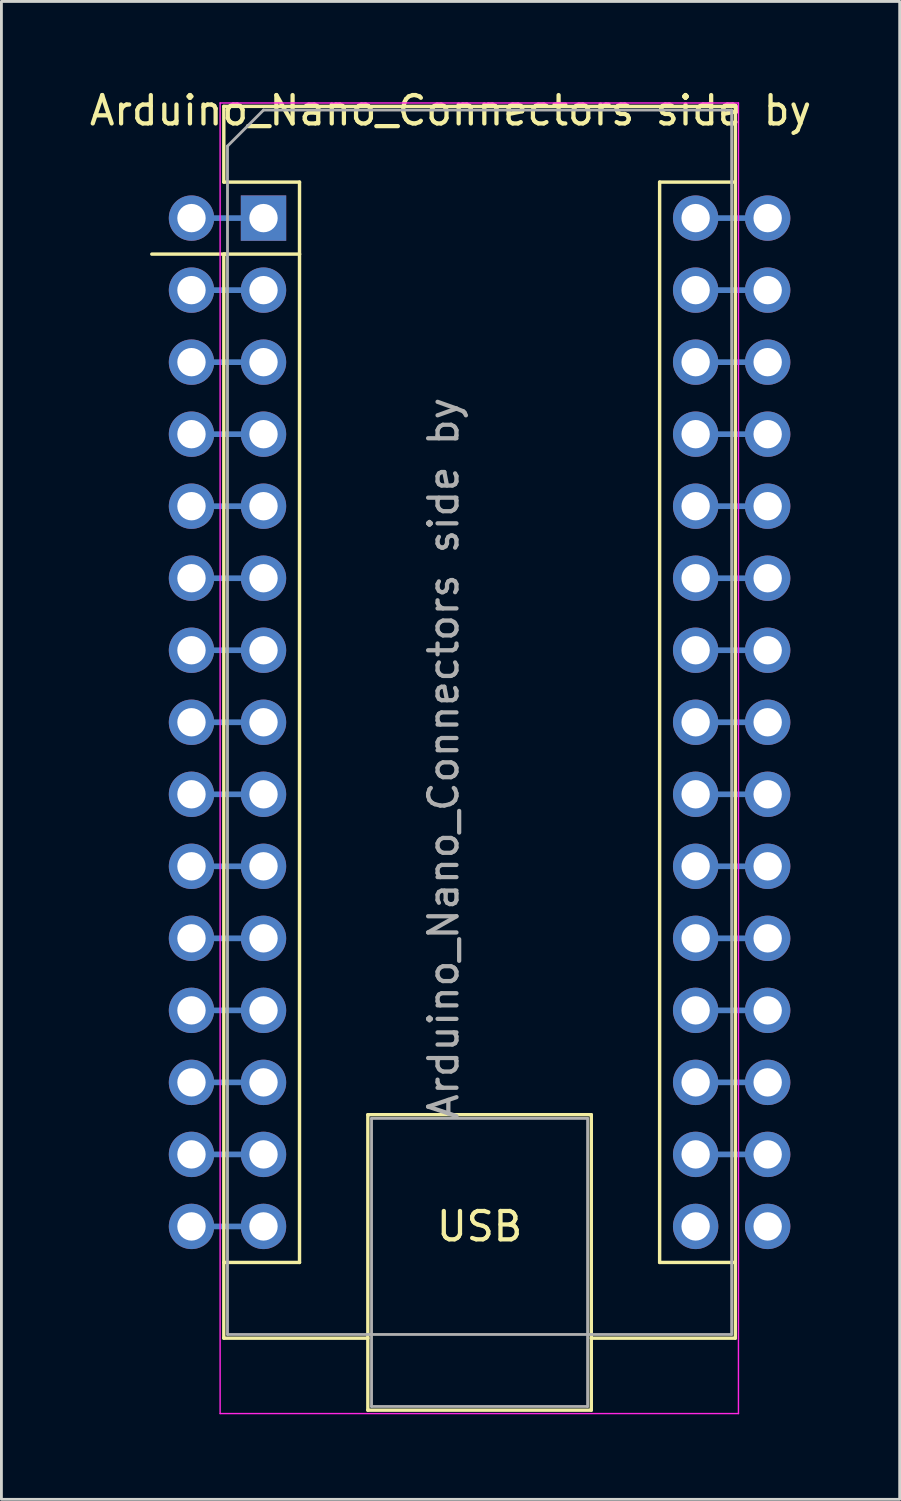
<source format=kicad_pcb>
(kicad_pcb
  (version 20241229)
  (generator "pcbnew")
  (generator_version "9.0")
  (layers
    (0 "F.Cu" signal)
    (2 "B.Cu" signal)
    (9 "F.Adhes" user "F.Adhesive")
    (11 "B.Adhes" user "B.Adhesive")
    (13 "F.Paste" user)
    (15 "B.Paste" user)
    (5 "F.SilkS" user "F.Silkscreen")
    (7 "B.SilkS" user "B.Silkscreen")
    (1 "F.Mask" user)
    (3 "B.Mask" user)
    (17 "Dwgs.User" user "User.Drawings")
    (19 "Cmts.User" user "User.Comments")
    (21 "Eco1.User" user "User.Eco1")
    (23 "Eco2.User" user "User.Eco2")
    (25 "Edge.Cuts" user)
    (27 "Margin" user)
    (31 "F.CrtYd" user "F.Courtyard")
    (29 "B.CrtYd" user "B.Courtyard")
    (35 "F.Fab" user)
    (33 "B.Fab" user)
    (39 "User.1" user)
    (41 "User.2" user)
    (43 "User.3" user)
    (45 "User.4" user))
  (footprint "Arduino_Nano_Connectors side by"
    (layer "F.Cu")
    (at 6.243 4.642)
    (property "Reference" "Arduino_Nano_Connectors side by" (at 6.597 -3.794 180) (layer "F.SilkS") (effects (font (size 1 1) (thickness 0.15))))
    (attr through_hole)
    (fp_line (start -2.54 10.16) (end 0 10.16) (stroke (width 0.2) (type default)) (layer "B.Cu"))
    (fp_line (start -2.54 15.24) (end 0 15.24) (stroke (width 0.2) (type default)) (layer "B.Cu"))
    (fp_line (start -2.54 20.32) (end 0 20.32) (stroke (width 0.2) (type default)) (layer "B.Cu"))
    (fp_line (start -2.54 25.4) (end 0 25.4) (stroke (width 0.2) (type default)) (layer "B.Cu"))
    (fp_line (start -2.54 30.48) (end 0 30.48) (stroke (width 0.2) (type default)) (layer "B.Cu"))
    (fp_line (start 0 0) (end -2.54 0) (stroke (width 0.2) (type default)) (layer "B.Cu"))
    (fp_line (start 0 2.54) (end -2.54 2.54) (stroke (width 0.2) (type default)) (layer "B.Cu"))
    (fp_line (start 0 5.08) (end -2.54 5.08) (stroke (width 0.2) (type default)) (layer "B.Cu"))
    (fp_line (start 0 7.62) (end -2.54 7.62) (stroke (width 0.2) (type default)) (layer "B.Cu"))
    (fp_line (start 0 12.7) (end -2.54 12.7) (stroke (width 0.2) (type default)) (layer "B.Cu"))
    (fp_line (start 0 17.78) (end -2.54 17.78) (stroke (width 0.2) (type default)) (layer "B.Cu"))
    (fp_line (start 0 22.86) (end -2.54 22.86) (stroke (width 0.2) (type default)) (layer "B.Cu"))
    (fp_line (start 0 27.94) (end -2.54 27.94) (stroke (width 0.2) (type default)) (layer "B.Cu"))
    (fp_line (start 0 33.02) (end -2.54 33.02) (stroke (width 0.2) (type default)) (layer "B.Cu"))
    (fp_line (start 0 35.56) (end -2.54 35.56) (stroke (width 0.2) (type default)) (layer "B.Cu"))
    (fp_line (start 15.24 0) (end 17.78 0) (stroke (width 0.2) (type default)) (layer "B.Cu"))
    (fp_line (start 15.24 2.54) (end 17.78 2.54) (stroke (width 0.2) (type default)) (layer "B.Cu"))
    (fp_line (start 15.24 5.08) (end 17.78 5.08) (stroke (width 0.2) (type default)) (layer "B.Cu"))
    (fp_line (start 15.24 7.62) (end 17.78 7.62) (stroke (width 0.2) (type default)) (layer "B.Cu"))
    (fp_line (start 15.24 10.16) (end 17.78 10.16) (stroke (width 0.2) (type default)) (layer "B.Cu"))
    (fp_line (start 15.24 12.7) (end 17.78 12.7) (stroke (width 0.2) (type default)) (layer "B.Cu"))
    (fp_line (start 15.24 15.24) (end 17.78 15.24) (stroke (width 0.2) (type default)) (layer "B.Cu"))
    (fp_line (start 15.24 17.78) (end 17.78 17.78) (stroke (width 0.2) (type default)) (layer "B.Cu"))
    (fp_line (start 15.24 20.32) (end 17.78 20.32) (stroke (width 0.2) (type default)) (layer "B.Cu"))
    (fp_line (start 15.24 22.86) (end 17.78 22.86) (stroke (width 0.2) (type default)) (layer "B.Cu"))
    (fp_line (start 15.24 25.4) (end 17.78 25.4) (stroke (width 0.2) (type default)) (layer "B.Cu"))
    (fp_line (start 15.24 27.94) (end 17.78 27.94) (stroke (width 0.2) (type default)) (layer "B.Cu"))
    (fp_line (start 15.24 30.48) (end 17.78 30.48) (stroke (width 0.2) (type default)) (layer "B.Cu"))
    (fp_line (start 15.24 33.02) (end 17.78 33.02) (stroke (width 0.2) (type default)) (layer "B.Cu"))
    (fp_line (start -1.4 -3.94) (end -1.4 -1.27) (stroke (width 0.12) (type solid)) (layer "F.SilkS"))
    (fp_line (start -1.4 1.27) (end -1.4 39.5) (stroke (width 0.12) (type solid)) (layer "F.SilkS"))
    (fp_line (start -1.4 39.5) (end 3.68 39.5) (stroke (width 0.12) (type solid)) (layer "F.SilkS"))
    (fp_line (start -1.27 1.27) (end -3.94 1.27) (stroke (width 0.12) (type solid)) (layer "F.SilkS"))
    (fp_line (start 1.27 -1.27) (end -1.4 -1.27) (stroke (width 0.12) (type solid)) (layer "F.SilkS"))
    (fp_line (start 1.27 1.27) (end -1.4 1.27) (stroke (width 0.12) (type solid)) (layer "F.SilkS"))
    (fp_line (start 1.27 1.27) (end 1.27 -1.27) (stroke (width 0.12) (type solid)) (layer "F.SilkS"))
    (fp_line (start 1.27 1.27) (end 1.27 36.83) (stroke (width 0.12) (type solid)) (layer "F.SilkS"))
    (fp_line (start 1.27 36.83) (end -1.4 36.83) (stroke (width 0.12) (type solid)) (layer "F.SilkS"))
    (fp_line (start 3.68 31.62) (end 11.56 31.62) (stroke (width 0.12) (type solid)) (layer "F.SilkS"))
    (fp_line (start 3.68 42.04) (end 3.68 31.62) (stroke (width 0.12) (type solid)) (layer "F.SilkS"))
    (fp_line (start 11.56 31.62) (end 11.56 42.04) (stroke (width 0.12) (type solid)) (layer "F.SilkS"))
    (fp_line (start 11.56 42.04) (end 3.68 42.04) (stroke (width 0.12) (type solid)) (layer "F.SilkS"))
    (fp_line (start 13.97 -1.27) (end 13.97 36.83) (stroke (width 0.12) (type solid)) (layer "F.SilkS"))
    (fp_line (start 13.97 -1.27) (end 16.64 -1.27) (stroke (width 0.12) (type solid)) (layer "F.SilkS"))
    (fp_line (start 13.97 36.83) (end 16.64 36.83) (stroke (width 0.12) (type solid)) (layer "F.SilkS"))
    (fp_line (start 16.64 -3.94) (end -1.4 -3.94) (stroke (width 0.12) (type solid)) (layer "F.SilkS"))
    (fp_line (start 16.64 39.5) (end 11.56 39.5) (stroke (width 0.12) (type solid)) (layer "F.SilkS"))
    (fp_line (start 16.64 39.5) (end 16.64 -3.94) (stroke (width 0.12) (type solid)) (layer "F.SilkS"))
    (fp_line (start -1.53 -4.06) (end -1.53 42.16) (stroke (width 0.05) (type solid)) (layer "F.CrtYd"))
    (fp_line (start -1.53 -4.06) (end 16.75 -4.06) (stroke (width 0.05) (type solid)) (layer "F.CrtYd"))
    (fp_line (start 16.75 42.16) (end -1.53 42.16) (stroke (width 0.05) (type solid)) (layer "F.CrtYd"))
    (fp_line (start 16.75 42.16) (end 16.75 -4.06) (stroke (width 0.05) (type solid)) (layer "F.CrtYd"))
    (fp_line (start -1.27 -2.54) (end 0 -3.81) (stroke (width 0.1) (type solid)) (layer "F.Fab"))
    (fp_line (start -1.27 39.37) (end -1.27 -2.54) (stroke (width 0.1) (type solid)) (layer "F.Fab"))
    (fp_line (start 0 -3.81) (end 16.51 -3.81) (stroke (width 0.1) (type solid)) (layer "F.Fab"))
    (fp_line (start 3.81 31.75) (end 11.43 31.75) (stroke (width 0.1) (type solid)) (layer "F.Fab"))
    (fp_line (start 3.81 41.91) (end 3.81 31.75) (stroke (width 0.1) (type solid)) (layer "F.Fab"))
    (fp_line (start 11.43 31.75) (end 11.43 41.91) (stroke (width 0.1) (type solid)) (layer "F.Fab"))
    (fp_line (start 11.43 41.91) (end 3.81 41.91) (stroke (width 0.1) (type solid)) (layer "F.Fab"))
    (fp_line (start 16.51 -3.81) (end 16.51 39.37) (stroke (width 0.1) (type solid)) (layer "F.Fab"))
    (fp_line (start 16.51 39.37) (end -1.27 39.37) (stroke (width 0.1) (type solid)) (layer "F.Fab"))
    (fp_text user "USB" (at 7.62 35.56 0) (unlocked yes) (layer "F.SilkS") (effects (font (size 1 1) (thickness 0.15))))
    (fp_text user "${REFERENCE}" (at 6.35 19.05 270) (layer "F.Fab") (effects (font (size 1 1) (thickness 0.15))))
    (pad "1" thru_hole circle (at -2.54 0) (size 1.6 1.6) (drill 1) (layers "*.Cu" "*.Mask"))
    (pad "1" thru_hole rect (at 0 0) (size 1.6 1.6) (drill 1) (layers "*.Cu" "*.Mask"))
    (pad "2" thru_hole oval (at -2.54 2.54) (size 1.6 1.6) (drill 1) (layers "*.Cu" "*.Mask"))
    (pad "2" thru_hole oval (at 0 2.54) (size 1.6 1.6) (drill 1) (layers "*.Cu" "*.Mask"))
    (pad "3" thru_hole oval (at -2.54 5.08) (size 1.6 1.6) (drill 1) (layers "*.Cu" "*.Mask"))
    (pad "3" thru_hole oval (at 0 5.08) (size 1.6 1.6) (drill 1) (layers "*.Cu" "*.Mask"))
    (pad "4" thru_hole oval (at -2.54 7.62) (size 1.6 1.6) (drill 1) (layers "*.Cu" "*.Mask"))
    (pad "4" thru_hole oval (at 0 7.62) (size 1.6 1.6) (drill 1) (layers "*.Cu" "*.Mask"))
    (pad "5" thru_hole oval (at -2.54 10.16) (size 1.6 1.6) (drill 1) (layers "*.Cu" "*.Mask"))
    (pad "5" thru_hole oval (at 0 10.16) (size 1.6 1.6) (drill 1) (layers "*.Cu" "*.Mask"))
    (pad "6" thru_hole oval (at -2.54 12.7) (size 1.6 1.6) (drill 1) (layers "*.Cu" "*.Mask"))
    (pad "6" thru_hole oval (at 0 12.7) (size 1.6 1.6) (drill 1) (layers "*.Cu" "*.Mask"))
    (pad "7" thru_hole oval (at -2.54 15.24) (size 1.6 1.6) (drill 1) (layers "*.Cu" "*.Mask"))
    (pad "7" thru_hole oval (at 0 15.24) (size 1.6 1.6) (drill 1) (layers "*.Cu" "*.Mask"))
    (pad "8" thru_hole oval (at -2.54 17.78) (size 1.6 1.6) (drill 1) (layers "*.Cu" "*.Mask"))
    (pad "8" thru_hole oval (at 0 17.78) (size 1.6 1.6) (drill 1) (layers "*.Cu" "*.Mask"))
    (pad "9" thru_hole oval (at -2.54 20.32) (size 1.6 1.6) (drill 1) (layers "*.Cu" "*.Mask"))
    (pad "9" thru_hole oval (at 0 20.32) (size 1.6 1.6) (drill 1) (layers "*.Cu" "*.Mask"))
    (pad "10" thru_hole oval (at -2.54 22.86) (size 1.6 1.6) (drill 1) (layers "*.Cu" "*.Mask"))
    (pad "10" thru_hole oval (at 0 22.86) (size 1.6 1.6) (drill 1) (layers "*.Cu" "*.Mask"))
    (pad "11" thru_hole oval (at -2.54 25.4) (size 1.6 1.6) (drill 1) (layers "*.Cu" "*.Mask"))
    (pad "11" thru_hole oval (at 0 25.4) (size 1.6 1.6) (drill 1) (layers "*.Cu" "*.Mask"))
    (pad "12" thru_hole oval (at -2.54 27.94) (size 1.6 1.6) (drill 1) (layers "*.Cu" "*.Mask"))
    (pad "12" thru_hole oval (at 0 27.94) (size 1.6 1.6) (drill 1) (layers "*.Cu" "*.Mask"))
    (pad "13" thru_hole oval (at -2.54 30.48) (size 1.6 1.6) (drill 1) (layers "*.Cu" "*.Mask"))
    (pad "13" thru_hole oval (at 0 30.48) (size 1.6 1.6) (drill 1) (layers "*.Cu" "*.Mask"))
    (pad "14" thru_hole oval (at -2.54 33.02) (size 1.6 1.6) (drill 1) (layers "*.Cu" "*.Mask"))
    (pad "14" thru_hole oval (at 0 33.02) (size 1.6 1.6) (drill 1) (layers "*.Cu" "*.Mask"))
    (pad "15" thru_hole oval (at -2.54 35.56) (size 1.6 1.6) (drill 1) (layers "*.Cu" "*.Mask"))
    (pad "15" thru_hole oval (at 0 35.56) (size 1.6 1.6) (drill 1) (layers "*.Cu" "*.Mask"))
    (pad "16" thru_hole oval (at 15.24 35.56) (size 1.6 1.6) (drill 1) (layers "*.Cu" "*.Mask"))
    (pad "16" thru_hole oval (at 17.78 35.56) (size 1.6 1.6) (drill 1) (layers "*.Cu" "*.Mask"))
    (pad "17" thru_hole oval (at 15.24 33.02) (size 1.6 1.6) (drill 1) (layers "*.Cu" "*.Mask"))
    (pad "17" thru_hole oval (at 17.78 33.02) (size 1.6 1.6) (drill 1) (layers "*.Cu" "*.Mask"))
    (pad "18" thru_hole oval (at 15.24 30.48) (size 1.6 1.6) (drill 1) (layers "*.Cu" "*.Mask"))
    (pad "18" thru_hole oval (at 17.78 30.48) (size 1.6 1.6) (drill 1) (layers "*.Cu" "*.Mask"))
    (pad "19" thru_hole oval (at 15.24 27.94) (size 1.6 1.6) (drill 1) (layers "*.Cu" "*.Mask"))
    (pad "19" thru_hole oval (at 17.78 27.94) (size 1.6 1.6) (drill 1) (layers "*.Cu" "*.Mask"))
    (pad "20" thru_hole oval (at 15.24 25.4) (size 1.6 1.6) (drill 1) (layers "*.Cu" "*.Mask"))
    (pad "20" thru_hole oval (at 17.78 25.4) (size 1.6 1.6) (drill 1) (layers "*.Cu" "*.Mask"))
    (pad "21" thru_hole oval (at 15.24 22.86) (size 1.6 1.6) (drill 1) (layers "*.Cu" "*.Mask"))
    (pad "21" thru_hole oval (at 17.78 22.86) (size 1.6 1.6) (drill 1) (layers "*.Cu" "*.Mask"))
    (pad "22" thru_hole oval (at 15.24 20.32) (size 1.6 1.6) (drill 1) (layers "*.Cu" "*.Mask"))
    (pad "22" thru_hole oval (at 17.78 20.32) (size 1.6 1.6) (drill 1) (layers "*.Cu" "*.Mask"))
    (pad "23" thru_hole oval (at 15.24 17.78) (size 1.6 1.6) (drill 1) (layers "*.Cu" "*.Mask"))
    (pad "23" thru_hole oval (at 17.78 17.78) (size 1.6 1.6) (drill 1) (layers "*.Cu" "*.Mask"))
    (pad "24" thru_hole oval (at 15.24 15.24) (size 1.6 1.6) (drill 1) (layers "*.Cu" "*.Mask"))
    (pad "24" thru_hole oval (at 17.78 15.24) (size 1.6 1.6) (drill 1) (layers "*.Cu" "*.Mask"))
    (pad "25" thru_hole oval (at 15.24 12.7) (size 1.6 1.6) (drill 1) (layers "*.Cu" "*.Mask"))
    (pad "25" thru_hole oval (at 17.78 12.7) (size 1.6 1.6) (drill 1) (layers "*.Cu" "*.Mask"))
    (pad "26" thru_hole oval (at 15.24 10.16) (size 1.6 1.6) (drill 1) (layers "*.Cu" "*.Mask"))
    (pad "26" thru_hole oval (at 17.78 10.16) (size 1.6 1.6) (drill 1) (layers "*.Cu" "*.Mask"))
    (pad "27" thru_hole oval (at 15.24 7.62) (size 1.6 1.6) (drill 1) (layers "*.Cu" "*.Mask"))
    (pad "27" thru_hole oval (at 17.78 7.62) (size 1.6 1.6) (drill 1) (layers "*.Cu" "*.Mask"))
    (pad "28" thru_hole oval (at 15.24 5.08) (size 1.6 1.6) (drill 1) (layers "*.Cu" "*.Mask"))
    (pad "28" thru_hole oval (at 17.78 5.08) (size 1.6 1.6) (drill 1) (layers "*.Cu" "*.Mask"))
    (pad "29" thru_hole oval (at 15.24 2.54) (size 1.6 1.6) (drill 1) (layers "*.Cu" "*.Mask"))
    (pad "29" thru_hole oval (at 17.78 2.54) (size 1.6 1.6) (drill 1) (layers "*.Cu" "*.Mask"))
    (pad "30" thru_hole oval (at 15.24 0) (size 1.6 1.6) (drill 1) (layers "*.Cu" "*.Mask"))
    (pad "30" thru_hole oval (at 17.78 0) (size 1.6 1.6) (drill 1) (layers "*.Cu" "*.Mask")))
  (gr_rect
    (start -3 -3)
    (end 28.679 49.827)
    (stroke (width 0.1) (type default))
    (fill no)
    (layer "Edge.Cuts")))
</source>
